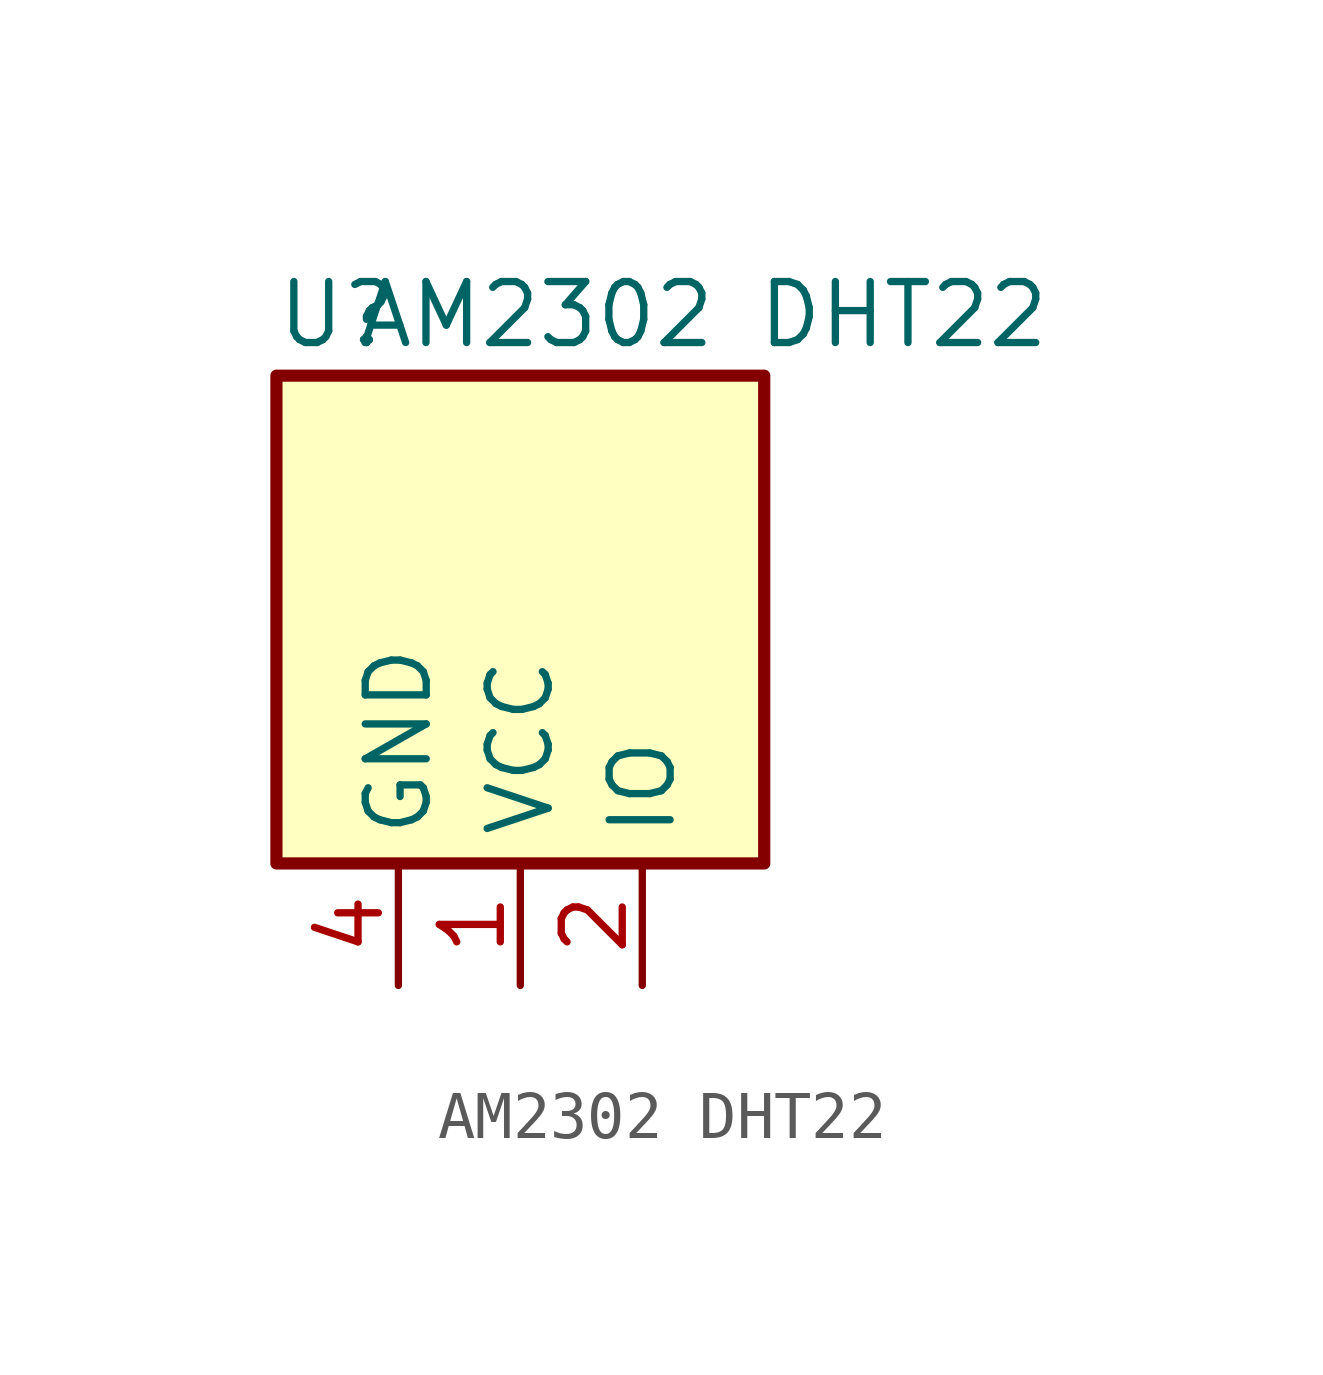
<source format=kicad_sym>
(kicad_symbol_lib
  (version 20220914)
  (generator kicad_symbol_editor)
  (symbol "AM2302 DHT22"
    (property "Reference" "U"
      (at -3.81 6.35 0)
      (effects (font (size 1.27 1.27))))
    (property "Value" "AM2302 DHT22"
      (at 3.81 6.35 0)
      (effects (font (size 1.27 1.27))))
    (symbol "AM2302 DHT22_0_1"
      (rectangle (start -5.08 5.08) (end 5.08 -5.08) (stroke (width 0.254) (type default)) (fill (type background))))
    (symbol "AM2302 DHT22_1_1"
      (pin power_in line (at 0 -7.62 90) (length 2.54) (name "VCC" (effects (font (size 1.27 1.27)))) (number "1" (effects (font (size 1.27 1.27)))))
      (pin bidirectional line (at 2.54 -7.62 90) (length 2.54) (name "IO" (effects (font (size 1.27 1.27)))) (number "2" (effects (font (size 1.27 1.27)))))
      (pin power_in line (at -2.54 -7.62 90) (length 2.54) (name "GND" (effects (font (size 1.27 1.27)))) (number "4" (effects (font (size 1.27 1.27))))))))
</source>
